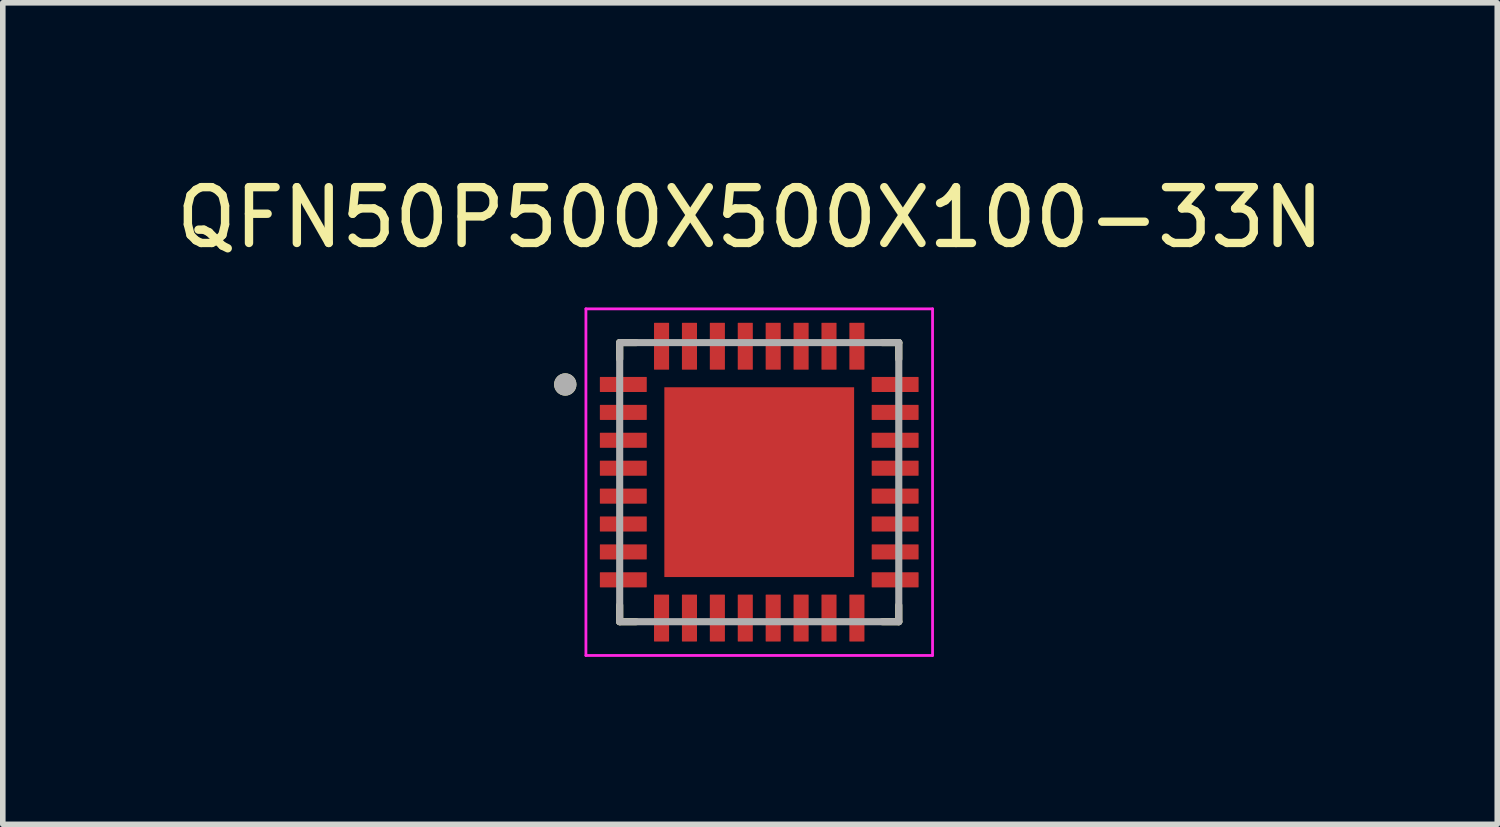
<source format=kicad_pcb>
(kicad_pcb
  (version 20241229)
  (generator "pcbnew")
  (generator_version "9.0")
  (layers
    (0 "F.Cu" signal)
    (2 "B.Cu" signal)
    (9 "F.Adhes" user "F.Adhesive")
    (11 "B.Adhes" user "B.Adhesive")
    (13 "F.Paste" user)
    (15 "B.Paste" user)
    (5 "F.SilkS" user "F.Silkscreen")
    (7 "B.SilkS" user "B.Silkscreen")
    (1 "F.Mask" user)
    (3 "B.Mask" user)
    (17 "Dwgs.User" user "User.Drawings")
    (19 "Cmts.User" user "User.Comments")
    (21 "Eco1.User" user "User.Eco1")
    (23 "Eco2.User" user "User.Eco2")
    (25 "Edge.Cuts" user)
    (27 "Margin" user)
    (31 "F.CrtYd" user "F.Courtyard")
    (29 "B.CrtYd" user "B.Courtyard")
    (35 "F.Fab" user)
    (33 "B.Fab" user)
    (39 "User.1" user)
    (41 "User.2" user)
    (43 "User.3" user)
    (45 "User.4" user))
  (footprint "QFN50P500X500X100-33N"
    (layer "F.Cu")
    (at 10.552 5.588)
    (property "Reference" "QFN50P500X500X100-33N" (at -0.165 -4.74 0) (layer "F.SilkS") (effects (font (size 1 1) (thickness 0.15))))
    (attr smd)
    (fp_line (start -2.5 -2.5) (end -2.5 -2.205) (stroke (width 0.127) (type solid)) (layer "F.SilkS"))
    (fp_line (start -2.5 -2.5) (end -2.205 -2.5) (stroke (width 0.127) (type solid)) (layer "F.SilkS"))
    (fp_line (start -2.5 2.5) (end -2.5 2.205) (stroke (width 0.127) (type solid)) (layer "F.SilkS"))
    (fp_line (start -2.5 2.5) (end -2.205 2.5) (stroke (width 0.127) (type solid)) (layer "F.SilkS"))
    (fp_line (start 2.5 -2.5) (end 2.205 -2.5) (stroke (width 0.127) (type solid)) (layer "F.SilkS"))
    (fp_line (start 2.5 -2.5) (end 2.5 -2.205) (stroke (width 0.127) (type solid)) (layer "F.SilkS"))
    (fp_line (start 2.5 2.5) (end 2.205 2.5) (stroke (width 0.127) (type solid)) (layer "F.SilkS"))
    (fp_line (start 2.5 2.5) (end 2.5 2.205) (stroke (width 0.127) (type solid)) (layer "F.SilkS"))
    (fp_circle (center -3.475 -1.75) (end -3.375 -1.75) (stroke (width 0.2) (type solid)) (fill no) (layer "F.SilkS"))
    (fp_poly (pts (xy -1.08 -1.08) (xy 1.08 -1.08) (xy 1.08 1.08) (xy -1.08 1.08)) (stroke (width 0.01) (type solid)) (fill yes) (layer "F.Paste"))
    (fp_line (start -3.105 -3.105) (end 3.105 -3.105) (stroke (width 0.05) (type solid)) (layer "F.CrtYd"))
    (fp_line (start -3.105 3.105) (end -3.105 -3.105) (stroke (width 0.05) (type solid)) (layer "F.CrtYd"))
    (fp_line (start -3.105 3.105) (end 3.105 3.105) (stroke (width 0.05) (type solid)) (layer "F.CrtYd"))
    (fp_line (start 3.105 3.105) (end 3.105 -3.105) (stroke (width 0.05) (type solid)) (layer "F.CrtYd"))
    (fp_line (start -2.5 2.5) (end -2.5 -2.5) (stroke (width 0.127) (type solid)) (layer "F.Fab"))
    (fp_line (start 2.5 -2.5) (end -2.5 -2.5) (stroke (width 0.127) (type solid)) (layer "F.Fab"))
    (fp_line (start 2.5 2.5) (end -2.5 2.5) (stroke (width 0.127) (type solid)) (layer "F.Fab"))
    (fp_line (start 2.5 2.5) (end 2.5 -2.5) (stroke (width 0.127) (type solid)) (layer "F.Fab"))
    (fp_circle (center -3.475 -1.75) (end -3.375 -1.75) (stroke (width 0.2) (type solid)) (fill no) (layer "F.Fab"))
    (pad "1" smd roundrect (at -2.435 -1.75) (size 0.84 0.27) (layers "F.Cu" "F.Mask" "F.Paste") (roundrect_rratio 0.03))
    (pad "2" smd roundrect (at -2.435 -1.25) (size 0.84 0.27) (layers "F.Cu" "F.Mask" "F.Paste") (roundrect_rratio 0.03))
    (pad "3" smd roundrect (at -2.435 -0.75) (size 0.84 0.27) (layers "F.Cu" "F.Mask" "F.Paste") (roundrect_rratio 0.03))
    (pad "4" smd roundrect (at -2.435 -0.25) (size 0.84 0.27) (layers "F.Cu" "F.Mask" "F.Paste") (roundrect_rratio 0.03))
    (pad "5" smd roundrect (at -2.435 0.25) (size 0.84 0.27) (layers "F.Cu" "F.Mask" "F.Paste") (roundrect_rratio 0.03))
    (pad "6" smd roundrect (at -2.435 0.75) (size 0.84 0.27) (layers "F.Cu" "F.Mask" "F.Paste") (roundrect_rratio 0.03))
    (pad "7" smd roundrect (at -2.435 1.25) (size 0.84 0.27) (layers "F.Cu" "F.Mask" "F.Paste") (roundrect_rratio 0.03))
    (pad "8" smd roundrect (at -2.435 1.75) (size 0.84 0.27) (layers "F.Cu" "F.Mask" "F.Paste") (roundrect_rratio 0.03))
    (pad "9" smd roundrect (at -1.75 2.435 90) (size 0.84 0.27) (layers "F.Cu" "F.Mask" "F.Paste") (roundrect_rratio 0.03))
    (pad "10" smd roundrect (at -1.25 2.435 90) (size 0.84 0.27) (layers "F.Cu" "F.Mask" "F.Paste") (roundrect_rratio 0.03))
    (pad "11" smd roundrect (at -0.75 2.435 90) (size 0.84 0.27) (layers "F.Cu" "F.Mask" "F.Paste") (roundrect_rratio 0.03))
    (pad "12" smd roundrect (at -0.25 2.435 90) (size 0.84 0.27) (layers "F.Cu" "F.Mask" "F.Paste") (roundrect_rratio 0.03))
    (pad "13" smd roundrect (at 0.25 2.435 90) (size 0.84 0.27) (layers "F.Cu" "F.Mask" "F.Paste") (roundrect_rratio 0.03))
    (pad "14" smd roundrect (at 0.75 2.435 90) (size 0.84 0.27) (layers "F.Cu" "F.Mask" "F.Paste") (roundrect_rratio 0.03))
    (pad "15" smd roundrect (at 1.25 2.435 90) (size 0.84 0.27) (layers "F.Cu" "F.Mask" "F.Paste") (roundrect_rratio 0.03))
    (pad "16" smd roundrect (at 1.75 2.435 90) (size 0.84 0.27) (layers "F.Cu" "F.Mask" "F.Paste") (roundrect_rratio 0.03))
    (pad "17" smd roundrect (at 2.435 1.75) (size 0.84 0.27) (layers "F.Cu" "F.Mask" "F.Paste") (roundrect_rratio 0.03))
    (pad "18" smd roundrect (at 2.435 1.25) (size 0.84 0.27) (layers "F.Cu" "F.Mask" "F.Paste") (roundrect_rratio 0.03))
    (pad "19" smd roundrect (at 2.435 0.75) (size 0.84 0.27) (layers "F.Cu" "F.Mask" "F.Paste") (roundrect_rratio 0.03))
    (pad "20" smd roundrect (at 2.435 0.25) (size 0.84 0.27) (layers "F.Cu" "F.Mask" "F.Paste") (roundrect_rratio 0.03))
    (pad "21" smd roundrect (at 2.435 -0.25) (size 0.84 0.27) (layers "F.Cu" "F.Mask" "F.Paste") (roundrect_rratio 0.03))
    (pad "22" smd roundrect (at 2.435 -0.75) (size 0.84 0.27) (layers "F.Cu" "F.Mask" "F.Paste") (roundrect_rratio 0.03))
    (pad "23" smd roundrect (at 2.435 -1.25) (size 0.84 0.27) (layers "F.Cu" "F.Mask" "F.Paste") (roundrect_rratio 0.03))
    (pad "24" smd roundrect (at 2.435 -1.75) (size 0.84 0.27) (layers "F.Cu" "F.Mask" "F.Paste") (roundrect_rratio 0.03))
    (pad "25" smd roundrect (at 1.75 -2.435 90) (size 0.84 0.27) (layers "F.Cu" "F.Mask" "F.Paste") (roundrect_rratio 0.03))
    (pad "26" smd roundrect (at 1.25 -2.435 90) (size 0.84 0.27) (layers "F.Cu" "F.Mask" "F.Paste") (roundrect_rratio 0.03))
    (pad "27" smd roundrect (at 0.75 -2.435 90) (size 0.84 0.27) (layers "F.Cu" "F.Mask" "F.Paste") (roundrect_rratio 0.03))
    (pad "28" smd roundrect (at 0.25 -2.435 90) (size 0.84 0.27) (layers "F.Cu" "F.Mask" "F.Paste") (roundrect_rratio 0.03))
    (pad "29" smd roundrect (at -0.25 -2.435 90) (size 0.84 0.27) (layers "F.Cu" "F.Mask" "F.Paste") (roundrect_rratio 0.03))
    (pad "30" smd roundrect (at -0.75 -2.435 90) (size 0.84 0.27) (layers "F.Cu" "F.Mask" "F.Paste") (roundrect_rratio 0.03))
    (pad "31" smd roundrect (at -1.25 -2.435 90) (size 0.84 0.27) (layers "F.Cu" "F.Mask" "F.Paste") (roundrect_rratio 0.03))
    (pad "32" smd roundrect (at -1.75 -2.435 90) (size 0.84 0.27) (layers "F.Cu" "F.Mask" "F.Paste") (roundrect_rratio 0.03))
    (pad "33" smd rect (at 0 0) (size 3.4 3.4) (layers "F.Cu" "F.Mask")))
  (gr_rect
    (start -3 -3)
    (end 23.774 11.718)
    (stroke (width 0.1) (type default))
    (fill no)
    (layer "Edge.Cuts")))
</source>
